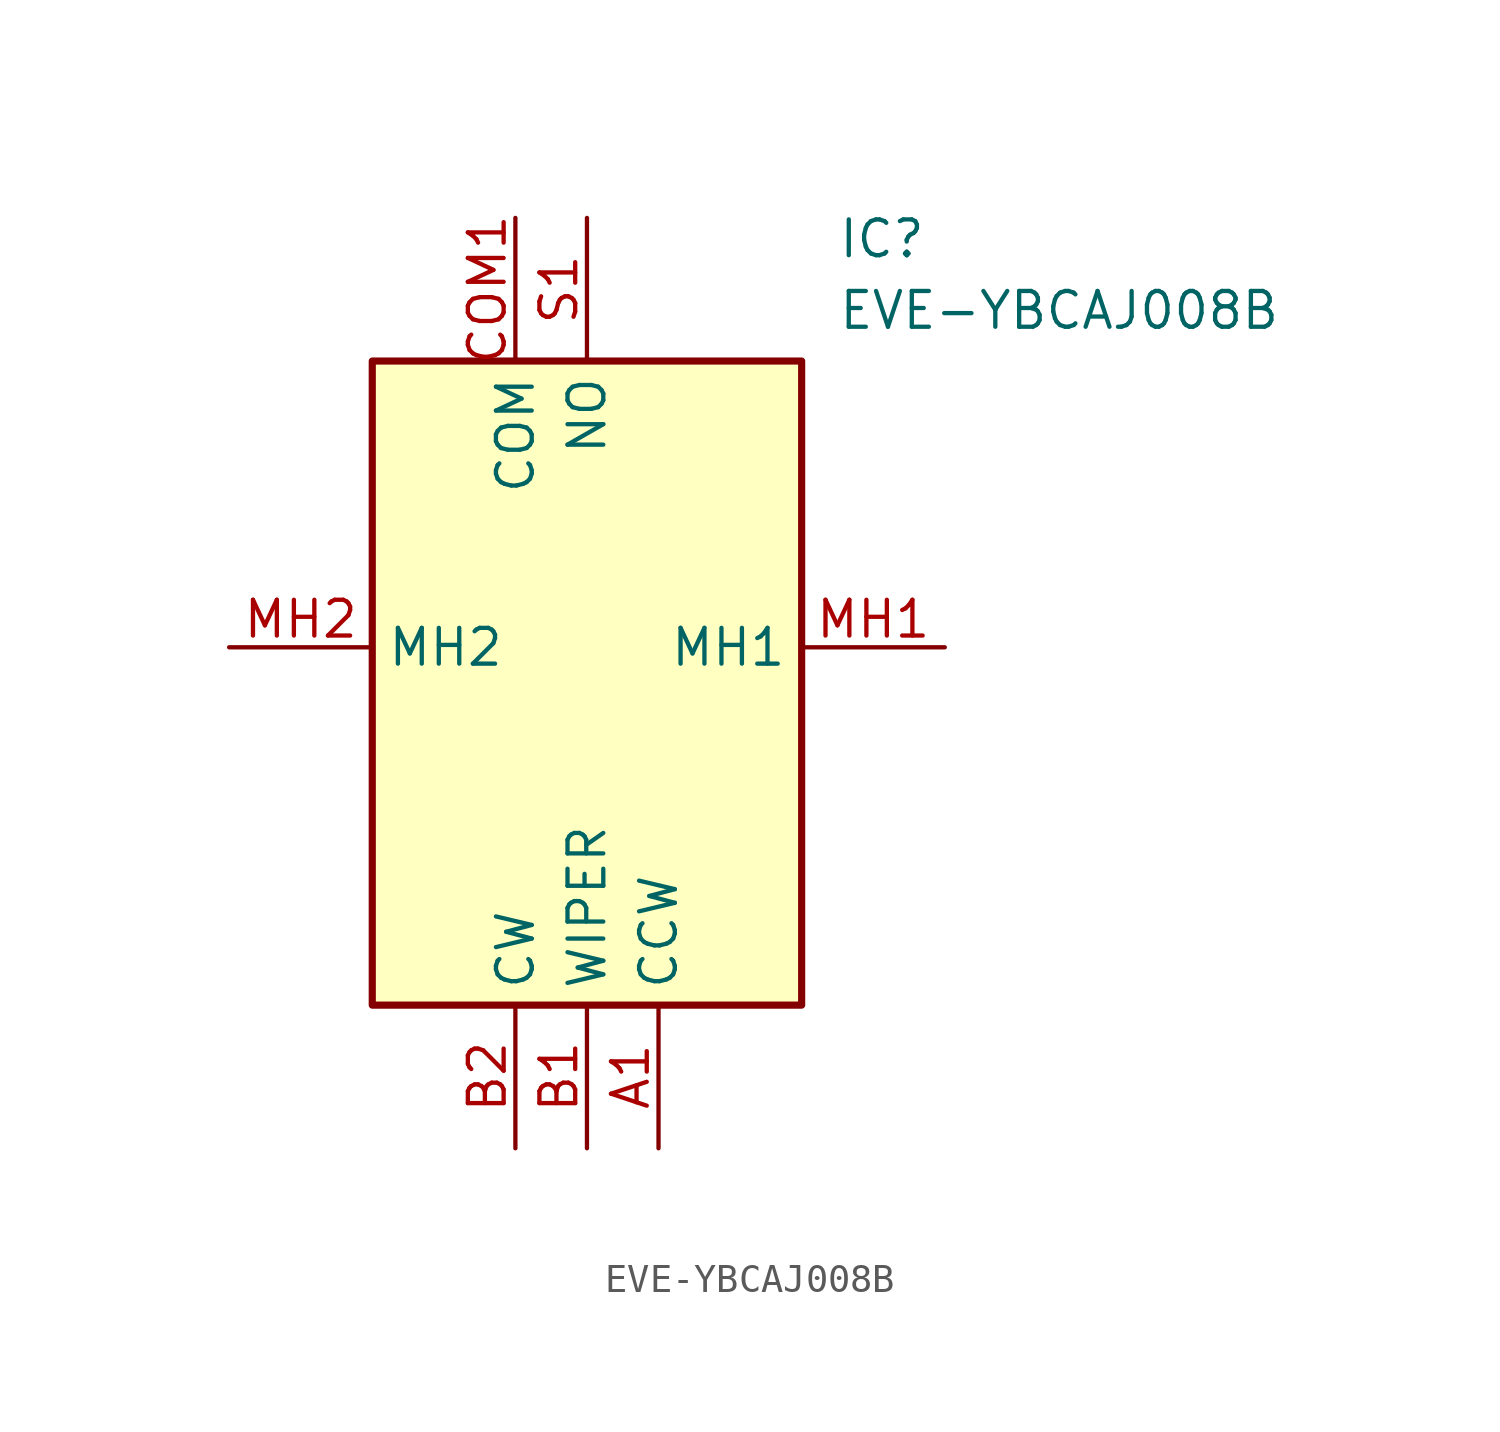
<source format=kicad_sym>
(kicad_symbol_lib
  (version 20211014)
  (generator SamacSys_ECAD_Model)
  (symbol "EVE-YBCAJ008B"
    (property "Reference" "IC"
      (at 21.59 15.24 0)
      (effects (font (size 1.27 1.27)) (justify left top)))
    (property "Value" "EVE-YBCAJ008B"
      (at 21.59 12.7 0)
      (effects (font (size 1.27 1.27)) (justify left top)))
    (rectangle
      (start 5.08 10.16)
      (end 20.32 -12.7)
      (stroke (width 0.254) (type default))
      (fill (type background)))
    (pin passive line
      (at 15.24 -17.78 90)
      (length 5.08)
      (name "CCW" (effects (font (size 1.27 1.27))))
      (number "A1" (effects (font (size 1.27 1.27)))))
    (pin passive line
      (at 12.7 -17.78 90)
      (length 5.08)
      (name "WIPER" (effects (font (size 1.27 1.27))))
      (number "B1" (effects (font (size 1.27 1.27)))))
    (pin passive line
      (at 10.16 -17.78 90)
      (length 5.08)
      (name "CW" (effects (font (size 1.27 1.27))))
      (number "B2" (effects (font (size 1.27 1.27)))))
    (pin passive line
      (at 12.7 15.24 270)
      (length 5.08)
      (name "NO" (effects (font (size 1.27 1.27))))
      (number "S1" (effects (font (size 1.27 1.27)))))
    (pin passive line
      (at 25.4 0 180)
      (length 5.08)
      (name "MH1" (effects (font (size 1.27 1.27))))
      (number "MH1" (effects (font (size 1.27 1.27)))))
    (pin passive line
      (at 0 0 0)
      (length 5.08)
      (name "MH2" (effects (font (size 1.27 1.27))))
      (number "MH2" (effects (font (size 1.27 1.27)))))
    (pin passive line
      (at 10.16 15.24 270)
      (length 5.08)
      (name "COM" (effects (font (size 1.27 1.27))))
      (number "COM1" (effects (font (size 1.27 1.27)))))))
</source>
